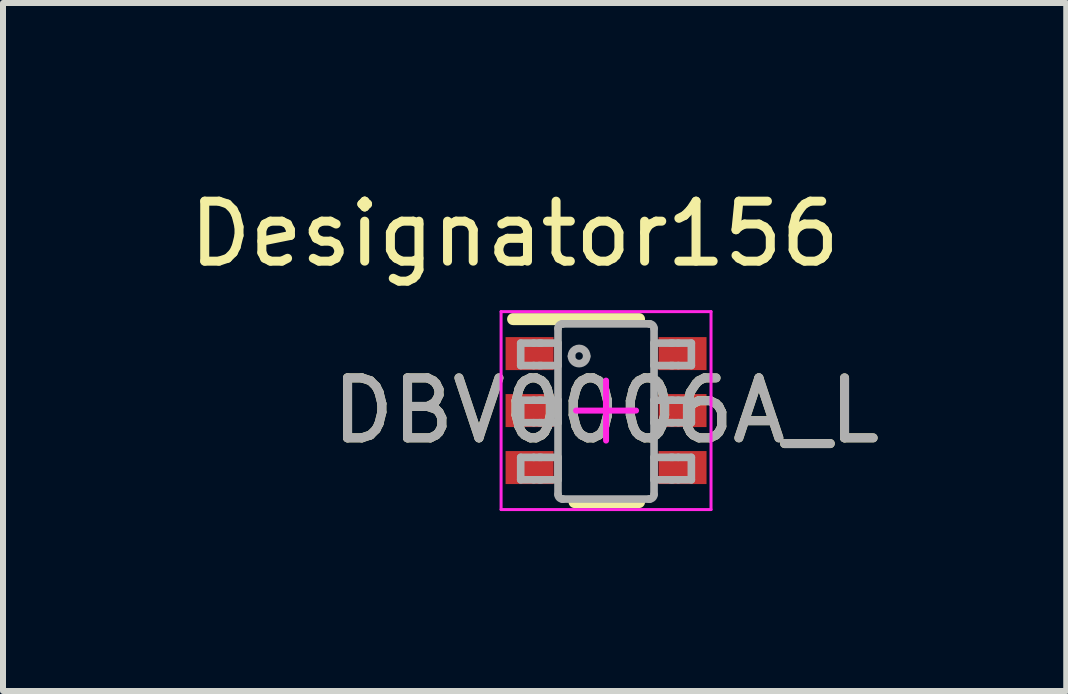
<source format=kicad_pcb>
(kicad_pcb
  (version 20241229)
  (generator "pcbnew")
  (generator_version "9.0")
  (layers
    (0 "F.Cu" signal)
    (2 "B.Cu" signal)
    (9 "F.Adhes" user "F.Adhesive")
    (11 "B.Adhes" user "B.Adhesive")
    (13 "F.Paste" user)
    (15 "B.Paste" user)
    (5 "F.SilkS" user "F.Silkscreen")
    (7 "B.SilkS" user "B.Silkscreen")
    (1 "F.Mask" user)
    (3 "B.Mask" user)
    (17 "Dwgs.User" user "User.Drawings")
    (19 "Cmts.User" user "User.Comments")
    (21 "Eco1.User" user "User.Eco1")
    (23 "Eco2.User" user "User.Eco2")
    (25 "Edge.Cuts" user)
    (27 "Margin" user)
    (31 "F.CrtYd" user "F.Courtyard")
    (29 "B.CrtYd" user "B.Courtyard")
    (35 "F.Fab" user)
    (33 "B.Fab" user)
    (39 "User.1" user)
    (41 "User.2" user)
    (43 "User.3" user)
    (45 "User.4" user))
  (footprint "DBV0006A_L"
    (layer "F.Cu")
    (at 7.054 3.795)
    (property "Reference" "DBV0006A_L" (at 0 0 0) (unlocked yes) (layer "F.SilkS") (effects (font (size 1 1) (thickness 0.15))))
    (attr smd)
    (fp_line (start -1.55 -1.525) (end 0.55 -1.525) (stroke (width 0.2) (type solid)) (layer "F.SilkS"))
    (fp_line (start -0.525 1.525) (end 0.55 1.525) (stroke (width 0.2) (type solid)) (layer "F.SilkS"))
    (fp_line (start -1.75 -1.65) (end 1.75 -1.65) (stroke (width 0.05) (type solid)) (layer "F.CrtYd"))
    (fp_line (start -1.75 1.65) (end -1.75 -1.65) (stroke (width 0.05) (type solid)) (layer "F.CrtYd"))
    (fp_line (start -1.75 1.65) (end 1.75 1.65) (stroke (width 0.05) (type solid)) (layer "F.CrtYd"))
    (fp_line (start -0.5 0) (end 0.5 0) (stroke (width 0.1) (type solid)) (layer "F.CrtYd"))
    (fp_line (start 0 0.5) (end 0 -0.5) (stroke (width 0.1) (type solid)) (layer "F.CrtYd"))
    (fp_line (start 1.75 1.65) (end 1.75 -1.65) (stroke (width 0.05) (type solid)) (layer "F.CrtYd"))
    (fp_line (start -1.423 -1.125) (end -1.206 -1.125) (stroke (width 0.127) (type solid)) (layer "F.Fab"))
    (fp_line (start -1.423 -0.751) (end -1.423 -1.125) (stroke (width 0.127) (type solid)) (layer "F.Fab"))
    (fp_line (start -1.423 -0.751) (end -1.206 -0.751) (stroke (width 0.127) (type solid)) (layer "F.Fab"))
    (fp_line (start -1.423 -0.173) (end -1.206 -0.173) (stroke (width 0.127) (type solid)) (layer "F.Fab"))
    (fp_line (start -1.423 0.202) (end -1.423 -0.173) (stroke (width 0.127) (type solid)) (layer "F.Fab"))
    (fp_line (start -1.423 0.202) (end -1.206 0.202) (stroke (width 0.127) (type solid)) (layer "F.Fab"))
    (fp_line (start -1.423 0.78) (end -1.206 0.78) (stroke (width 0.127) (type solid)) (layer "F.Fab"))
    (fp_line (start -1.423 1.154) (end -1.423 0.78) (stroke (width 0.127) (type solid)) (layer "F.Fab"))
    (fp_line (start -1.423 1.154) (end -1.206 1.154) (stroke (width 0.127) (type solid)) (layer "F.Fab"))
    (fp_line (start -1.206 -1.125) (end -1.113 -1.125) (stroke (width 0.127) (type solid)) (layer "F.Fab"))
    (fp_line (start -1.206 -0.751) (end -1.113 -0.751) (stroke (width 0.127) (type solid)) (layer "F.Fab"))
    (fp_line (start -1.206 -0.173) (end -1.113 -0.173) (stroke (width 0.127) (type solid)) (layer "F.Fab"))
    (fp_line (start -1.206 0.202) (end -1.113 0.202) (stroke (width 0.127) (type solid)) (layer "F.Fab"))
    (fp_line (start -1.206 0.78) (end -1.113 0.78) (stroke (width 0.127) (type solid)) (layer "F.Fab"))
    (fp_line (start -1.206 1.154) (end -1.113 1.154) (stroke (width 0.127) (type solid)) (layer "F.Fab"))
    (fp_line (start -1.113 -1.125) (end -1.081 -1.125) (stroke (width 0.127) (type solid)) (layer "F.Fab"))
    (fp_line (start -1.113 -0.751) (end -1.081 -0.751) (stroke (width 0.127) (type solid)) (layer "F.Fab"))
    (fp_line (start -1.113 -0.173) (end -1.081 -0.173) (stroke (width 0.127) (type solid)) (layer "F.Fab"))
    (fp_line (start -1.113 0.202) (end -1.081 0.202) (stroke (width 0.127) (type solid)) (layer "F.Fab"))
    (fp_line (start -1.113 0.78) (end -1.081 0.78) (stroke (width 0.127) (type solid)) (layer "F.Fab"))
    (fp_line (start -1.113 1.154) (end -1.081 1.154) (stroke (width 0.127) (type solid)) (layer "F.Fab"))
    (fp_line (start -1.081 -1.125) (end -0.828 -1.125) (stroke (width 0.127) (type solid)) (layer "F.Fab"))
    (fp_line (start -1.081 -0.751) (end -0.828 -0.751) (stroke (width 0.127) (type solid)) (layer "F.Fab"))
    (fp_line (start -1.081 -0.173) (end -0.828 -0.173) (stroke (width 0.127) (type solid)) (layer "F.Fab"))
    (fp_line (start -1.081 0.202) (end -0.828 0.202) (stroke (width 0.127) (type solid)) (layer "F.Fab"))
    (fp_line (start -1.081 0.78) (end -0.828 0.78) (stroke (width 0.127) (type solid)) (layer "F.Fab"))
    (fp_line (start -1.081 1.154) (end -0.828 1.154) (stroke (width 0.127) (type solid)) (layer "F.Fab"))
    (fp_line (start -0.828 -1.125) (end -0.801 -1.125) (stroke (width 0.127) (type solid)) (layer "F.Fab"))
    (fp_line (start -0.828 -0.751) (end -0.801 -0.751) (stroke (width 0.127) (type solid)) (layer "F.Fab"))
    (fp_line (start -0.828 -0.173) (end -0.801 -0.173) (stroke (width 0.127) (type solid)) (layer "F.Fab"))
    (fp_line (start -0.828 0.202) (end -0.801 0.202) (stroke (width 0.127) (type solid)) (layer "F.Fab"))
    (fp_line (start -0.828 0.78) (end -0.801 0.78) (stroke (width 0.127) (type solid)) (layer "F.Fab"))
    (fp_line (start -0.828 1.154) (end -0.801 1.154) (stroke (width 0.127) (type solid)) (layer "F.Fab"))
    (fp_line (start -0.801 -0.751) (end -0.801 -1.125) (stroke (width 0.127) (type solid)) (layer "F.Fab"))
    (fp_line (start -0.801 0.202) (end -0.801 -0.173) (stroke (width 0.127) (type solid)) (layer "F.Fab"))
    (fp_line (start -0.801 1.154) (end -0.801 0.78) (stroke (width 0.127) (type solid)) (layer "F.Fab"))
    (fp_line (start -0.801 1.399) (end -0.801 -1.37) (stroke (width 0.127) (type solid)) (layer "F.Fab"))
    (fp_line (start -0.725 -1.446) (end -0.724 -1.446) (stroke (width 0.127) (type solid)) (layer "F.Fab"))
    (fp_line (start -0.725 1.475) (end -0.724 1.475) (stroke (width 0.127) (type solid)) (layer "F.Fab"))
    (fp_line (start -0.724 -1.446) (end 0.723 -1.446) (stroke (width 0.127) (type solid)) (layer "F.Fab"))
    (fp_line (start -0.724 1.475) (end 0.723 1.475) (stroke (width 0.127) (type solid)) (layer "F.Fab"))
    (fp_line (start 0.723 -1.446) (end 0.724 -1.446) (stroke (width 0.127) (type solid)) (layer "F.Fab"))
    (fp_line (start 0.723 1.475) (end 0.724 1.475) (stroke (width 0.127) (type solid)) (layer "F.Fab"))
    (fp_line (start 0.8 -1.125) (end 0.827 -1.125) (stroke (width 0.127) (type solid)) (layer "F.Fab"))
    (fp_line (start 0.8 -0.751) (end 0.8 -1.125) (stroke (width 0.127) (type solid)) (layer "F.Fab"))
    (fp_line (start 0.8 -0.751) (end 0.827 -0.751) (stroke (width 0.127) (type solid)) (layer "F.Fab"))
    (fp_line (start 0.8 -0.173) (end 0.827 -0.173) (stroke (width 0.127) (type solid)) (layer "F.Fab"))
    (fp_line (start 0.8 0.202) (end 0.8 -0.173) (stroke (width 0.127) (type solid)) (layer "F.Fab"))
    (fp_line (start 0.8 0.202) (end 0.827 0.202) (stroke (width 0.127) (type solid)) (layer "F.Fab"))
    (fp_line (start 0.8 0.78) (end 0.827 0.78) (stroke (width 0.127) (type solid)) (layer "F.Fab"))
    (fp_line (start 0.8 1.154) (end 0.8 0.78) (stroke (width 0.127) (type solid)) (layer "F.Fab"))
    (fp_line (start 0.8 1.154) (end 0.827 1.154) (stroke (width 0.127) (type solid)) (layer "F.Fab"))
    (fp_line (start 0.8 1.399) (end 0.8 -1.37) (stroke (width 0.127) (type solid)) (layer "F.Fab"))
    (fp_line (start 0.827 -1.125) (end 1.08 -1.125) (stroke (width 0.127) (type solid)) (layer "F.Fab"))
    (fp_line (start 0.827 -0.751) (end 1.08 -0.751) (stroke (width 0.127) (type solid)) (layer "F.Fab"))
    (fp_line (start 0.827 -0.173) (end 1.08 -0.173) (stroke (width 0.127) (type solid)) (layer "F.Fab"))
    (fp_line (start 0.827 0.202) (end 1.08 0.202) (stroke (width 0.127) (type solid)) (layer "F.Fab"))
    (fp_line (start 0.827 0.78) (end 1.08 0.78) (stroke (width 0.127) (type solid)) (layer "F.Fab"))
    (fp_line (start 0.827 1.154) (end 1.08 1.154) (stroke (width 0.127) (type solid)) (layer "F.Fab"))
    (fp_line (start 1.08 -1.125) (end 1.112 -1.125) (stroke (width 0.127) (type solid)) (layer "F.Fab"))
    (fp_line (start 1.08 -0.751) (end 1.112 -0.751) (stroke (width 0.127) (type solid)) (layer "F.Fab"))
    (fp_line (start 1.08 -0.173) (end 1.112 -0.173) (stroke (width 0.127) (type solid)) (layer "F.Fab"))
    (fp_line (start 1.08 0.202) (end 1.112 0.202) (stroke (width 0.127) (type solid)) (layer "F.Fab"))
    (fp_line (start 1.08 0.78) (end 1.112 0.78) (stroke (width 0.127) (type solid)) (layer "F.Fab"))
    (fp_line (start 1.08 1.154) (end 1.112 1.154) (stroke (width 0.127) (type solid)) (layer "F.Fab"))
    (fp_line (start 1.112 -1.125) (end 1.205 -1.125) (stroke (width 0.127) (type solid)) (layer "F.Fab"))
    (fp_line (start 1.112 -0.751) (end 1.205 -0.751) (stroke (width 0.127) (type solid)) (layer "F.Fab"))
    (fp_line (start 1.112 -0.173) (end 1.205 -0.173) (stroke (width 0.127) (type solid)) (layer "F.Fab"))
    (fp_line (start 1.112 0.202) (end 1.205 0.202) (stroke (width 0.127) (type solid)) (layer "F.Fab"))
    (fp_line (start 1.112 0.78) (end 1.205 0.78) (stroke (width 0.127) (type solid)) (layer "F.Fab"))
    (fp_line (start 1.112 1.154) (end 1.205 1.154) (stroke (width 0.127) (type solid)) (layer "F.Fab"))
    (fp_line (start 1.205 -1.125) (end 1.422 -1.125) (stroke (width 0.127) (type solid)) (layer "F.Fab"))
    (fp_line (start 1.205 -0.751) (end 1.422 -0.751) (stroke (width 0.127) (type solid)) (layer "F.Fab"))
    (fp_line (start 1.205 -0.173) (end 1.422 -0.173) (stroke (width 0.127) (type solid)) (layer "F.Fab"))
    (fp_line (start 1.205 0.202) (end 1.422 0.202) (stroke (width 0.127) (type solid)) (layer "F.Fab"))
    (fp_line (start 1.205 0.78) (end 1.422 0.78) (stroke (width 0.127) (type solid)) (layer "F.Fab"))
    (fp_line (start 1.205 1.154) (end 1.422 1.154) (stroke (width 0.127) (type solid)) (layer "F.Fab"))
    (fp_line (start 1.422 -0.751) (end 1.422 -1.125) (stroke (width 0.127) (type solid)) (layer "F.Fab"))
    (fp_line (start 1.422 0.202) (end 1.422 -0.173) (stroke (width 0.127) (type solid)) (layer "F.Fab"))
    (fp_line (start 1.422 1.154) (end 1.422 0.78) (stroke (width 0.127) (type solid)) (layer "F.Fab"))
    (fp_arc (start -0.800692 -1.369901) (mid -0.778512 -1.423533) (end -0.724999 -1.446) (stroke (width 0.127) (type solid)) (layer "F.Fab"))
    (fp_arc (start -0.724999 1.475002) (mid -0.778507 1.452548) (end -0.800692 1.398928) (stroke (width 0.127) (type solid)) (layer "F.Fab"))
    (fp_arc (start -0.576537 -0.906071) (mid -0.449562 -1.033046) (end -0.322588 -0.906071) (stroke (width 0.127) (type solid)) (layer "F.Fab"))
    (fp_arc (start -0.322588 -0.906071) (mid -0.449562 -0.779097) (end -0.576537 -0.906071) (stroke (width 0.127) (type solid)) (layer "F.Fab"))
    (fp_arc (start 0.723841 -1.446) (mid 0.777341 -1.423528) (end 0.799508 -1.369901) (stroke (width 0.127) (type solid)) (layer "F.Fab"))
    (fp_arc (start 0.799508 1.398928) (mid 0.777336 1.452543) (end 0.723841 1.475002) (stroke (width 0.127) (type solid)) (layer "F.Fab"))
    (fp_text user "Designator156" (at -1.524 -2.946 0) (unlocked yes) (layer "F.SilkS") (effects (font (size 1 1) (thickness 0.15))))
    (fp_text user "${REFERENCE}" (at 0 0 0) (unlocked yes) (layer "F.Fab") (effects (font (size 1 1) (thickness 0.15))))
    (pad "1" smd rect (at -1.275 -0.95 90) (size 0.55 0.8) (layers "F.Cu" "F.Mask" "F.Paste"))
    (pad "2" smd rect (at -1.275 0 90) (size 0.55 0.8) (layers "F.Cu" "F.Mask" "F.Paste"))
    (pad "3" smd rect (at -1.275 0.95 90) (size 0.55 0.8) (layers "F.Cu" "F.Mask" "F.Paste"))
    (pad "4" smd rect (at 1.275 0.95 90) (size 0.55 0.8) (layers "F.Cu" "F.Mask" "F.Paste"))
    (pad "5" smd rect (at 1.275 0 90) (size 0.55 0.8) (layers "F.Cu" "F.Mask" "F.Paste"))
    (pad "6" smd rect (at 1.275 -0.95 90) (size 0.55 0.8) (layers "F.Cu" "F.Mask" "F.Paste")))
  (gr_rect
    (start -3 -3)
    (end 14.726 8.47)
    (stroke (width 0.1) (type default))
    (fill no)
    (layer "Edge.Cuts")))
</source>
